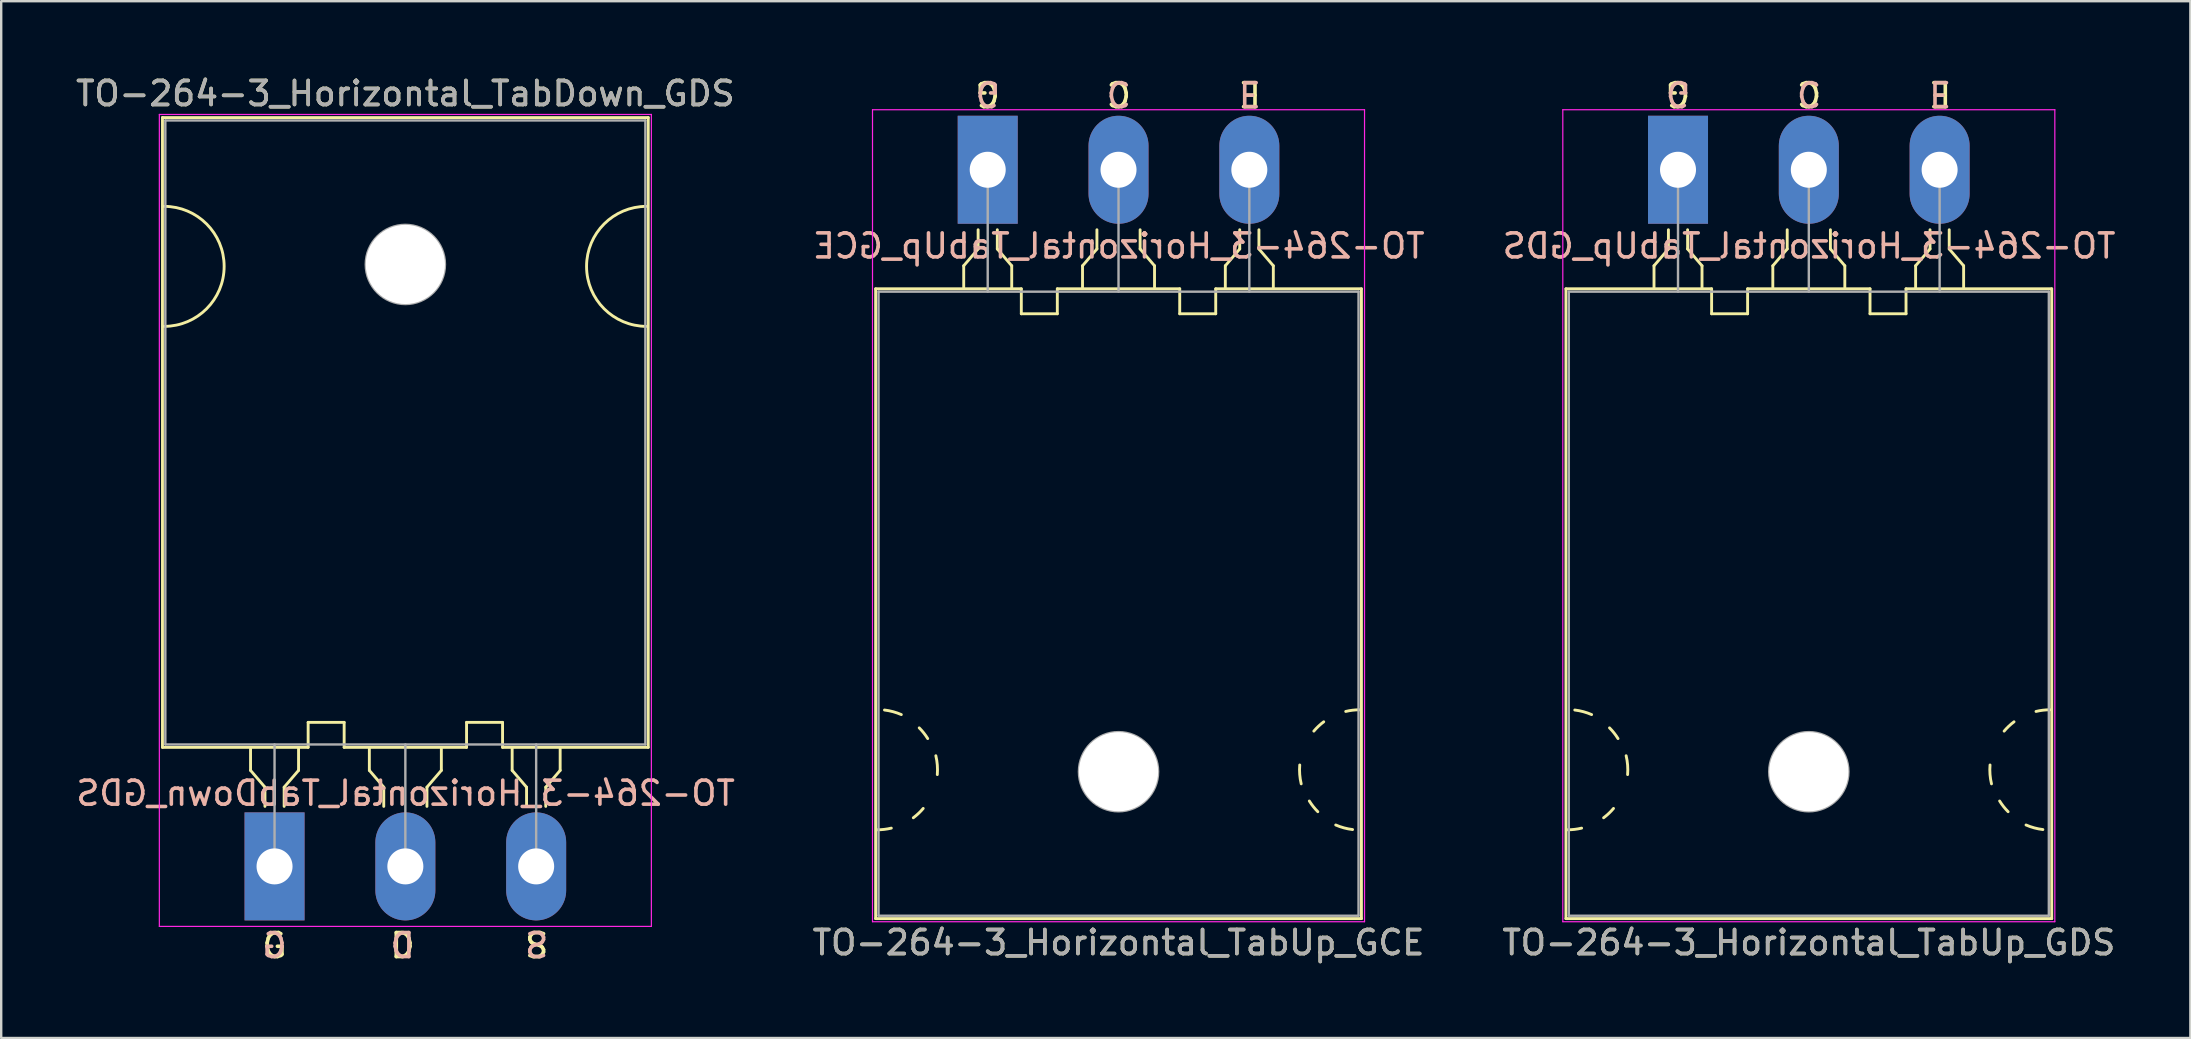
<source format=kicad_pcb>
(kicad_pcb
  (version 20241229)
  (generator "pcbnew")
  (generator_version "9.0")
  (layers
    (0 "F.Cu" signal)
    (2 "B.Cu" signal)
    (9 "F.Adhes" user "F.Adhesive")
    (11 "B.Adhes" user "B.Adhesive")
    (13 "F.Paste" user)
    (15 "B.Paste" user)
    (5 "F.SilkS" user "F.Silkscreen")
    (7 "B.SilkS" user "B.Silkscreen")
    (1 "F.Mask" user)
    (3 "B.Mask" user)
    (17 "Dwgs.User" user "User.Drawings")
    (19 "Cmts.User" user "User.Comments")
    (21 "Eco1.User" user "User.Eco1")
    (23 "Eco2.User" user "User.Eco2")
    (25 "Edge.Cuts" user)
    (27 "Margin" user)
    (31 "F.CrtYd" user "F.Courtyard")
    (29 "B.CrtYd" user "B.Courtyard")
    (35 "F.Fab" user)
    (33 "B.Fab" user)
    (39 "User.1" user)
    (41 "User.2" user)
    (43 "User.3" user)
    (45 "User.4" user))
  (footprint "TO-264-3_Horizontal_TabUp_GDS"
    (layer "F.Cu")
    (at 66.864 4.023)
    (property "Reference" "TO-264-3_Horizontal_TabUp_GDS" (at 5.45 32.2 0) (layer "F.SilkS") (effects (font (size 1 1) (thickness 0.15))))
    (fp_line (start -4.67 31.2) (end -4.67 4.96) (stroke (width 0.12) (type solid)) (layer "F.SilkS"))
    (fp_line (start -1 4) (end -1 4.9) (stroke (width 0.12) (type solid)) (layer "F.SilkS"))
    (fp_line (start -0.4 2.5) (end -0.4 3.3) (stroke (width 0.12) (type solid)) (layer "F.SilkS"))
    (fp_line (start -0.4 3.3) (end -1 4) (stroke (width 0.12) (type solid)) (layer "F.SilkS"))
    (fp_line (start 0.4 3.3) (end 0.4 2.5) (stroke (width 0.12) (type solid)) (layer "F.SilkS"))
    (fp_line (start 1 4) (end 0.4 3.3) (stroke (width 0.12) (type solid)) (layer "F.SilkS"))
    (fp_line (start 1 4.9) (end 1 4) (stroke (width 0.12) (type solid)) (layer "F.SilkS"))
    (fp_line (start 1.4 4.96) (end -4.67 4.96) (stroke (width 0.12) (type solid)) (layer "F.SilkS"))
    (fp_line (start 1.4 4.96) (end 1.4 6) (stroke (width 0.12) (type solid)) (layer "F.SilkS"))
    (fp_line (start 1.4 6) (end 2.9 6) (stroke (width 0.12) (type solid)) (layer "F.SilkS"))
    (fp_line (start 2.9 6) (end 2.9 4.96) (stroke (width 0.12) (type solid)) (layer "F.SilkS"))
    (fp_line (start 3.95 4) (end 3.95 4.9) (stroke (width 0.12) (type solid)) (layer "F.SilkS"))
    (fp_line (start 4.55 2.5) (end 4.55 3.3) (stroke (width 0.12) (type solid)) (layer "F.SilkS"))
    (fp_line (start 4.55 3.3) (end 3.95 4) (stroke (width 0.12) (type solid)) (layer "F.SilkS"))
    (fp_line (start 6.35 3.3) (end 6.35 2.5) (stroke (width 0.12) (type solid)) (layer "F.SilkS"))
    (fp_line (start 6.95 4) (end 6.35 3.3) (stroke (width 0.12) (type solid)) (layer "F.SilkS"))
    (fp_line (start 6.95 4.9) (end 6.95 4) (stroke (width 0.12) (type solid)) (layer "F.SilkS"))
    (fp_line (start 8 4.96) (end 2.9 4.96) (stroke (width 0.12) (type solid)) (layer "F.SilkS"))
    (fp_line (start 8 6) (end 8 4.96) (stroke (width 0.12) (type solid)) (layer "F.SilkS"))
    (fp_line (start 9.5 4.96) (end 9.5 6) (stroke (width 0.12) (type solid)) (layer "F.SilkS"))
    (fp_line (start 9.5 6) (end 8 6) (stroke (width 0.12) (type solid)) (layer "F.SilkS"))
    (fp_line (start 9.9 4) (end 9.9 4.9) (stroke (width 0.12) (type solid)) (layer "F.SilkS"))
    (fp_line (start 10.5 2.5) (end 10.5 3.3) (stroke (width 0.12) (type solid)) (layer "F.SilkS"))
    (fp_line (start 10.5 3.3) (end 9.9 4) (stroke (width 0.12) (type solid)) (layer "F.SilkS"))
    (fp_line (start 11.3 3.3) (end 11.3 2.5) (stroke (width 0.12) (type solid)) (layer "F.SilkS"))
    (fp_line (start 11.9 4) (end 11.3 3.3) (stroke (width 0.12) (type solid)) (layer "F.SilkS"))
    (fp_line (start 11.9 4.9) (end 11.9 4) (stroke (width 0.12) (type solid)) (layer "F.SilkS"))
    (fp_line (start 15.57 4.96) (end 9.5 4.96) (stroke (width 0.12) (type solid)) (layer "F.SilkS"))
    (fp_line (start 15.57 31.2) (end -4.67 31.2) (stroke (width 0.12) (type solid)) (layer "F.SilkS"))
    (fp_line (start 15.57 31.2) (end 15.57 4.96) (stroke (width 0.12) (type solid)) (layer "F.SilkS"))
    (fp_arc (start -4.301186 22.509879) (mid -3.943673 22.579416) (end -3.600001 22.700001) (stroke (width 0.12) (type solid)) (layer "F.SilkS"))
    (fp_arc (start -4.016568 27.430968) (mid -4.306249 27.482682) (end -4.6 27.5) (stroke (width 0.12) (type solid)) (layer "F.SilkS"))
    (fp_arc (start -2.853576 23.253576) (mid -2.663879 23.466564) (end -2.500001 23.700001) (stroke (width 0.12) (type solid)) (layer "F.SilkS"))
    (fp_arc (start -2.687722 26.610338) (mid -2.882773 26.8169) (end -3.1 26.999999) (stroke (width 0.12) (type solid)) (layer "F.SilkS"))
    (fp_arc (start -2.161266 24.414703) (mid -2.099611 24.804931) (end -2.100001 25.199999) (stroke (width 0.12) (type solid)) (layer "F.SilkS"))
    (fp_arc (start 13.061266 25.585297) (mid 12.999611 25.195069) (end 13.000001 24.800001) (stroke (width 0.12) (type solid)) (layer "F.SilkS"))
    (fp_arc (start 13.587722 23.389662) (mid 13.782773 23.1831) (end 14 23.000001) (stroke (width 0.12) (type solid)) (layer "F.SilkS"))
    (fp_arc (start 13.753576 26.746424) (mid 13.563879 26.533436) (end 13.400001 26.299999) (stroke (width 0.12) (type solid)) (layer "F.SilkS"))
    (fp_arc (start 14.916568 22.569032) (mid 15.206249 22.517318) (end 15.5 22.5) (stroke (width 0.12) (type solid)) (layer "F.SilkS"))
    (fp_arc (start 15.201186 27.490121) (mid 14.843673 27.420584) (end 14.500001 27.299999) (stroke (width 0.12) (type solid)) (layer "F.SilkS"))
    (fp_line (start -4.8 -2.5) (end -4.8 31.33) (stroke (width 0.05) (type solid)) (layer "F.CrtYd"))
    (fp_line (start -4.8 31.33) (end 15.7 31.33) (stroke (width 0.05) (type solid)) (layer "F.CrtYd"))
    (fp_line (start 15.7 -2.5) (end -4.8 -2.5) (stroke (width 0.05) (type solid)) (layer "F.CrtYd"))
    (fp_line (start 15.7 31.33) (end 15.7 -2.5) (stroke (width 0.05) (type solid)) (layer "F.CrtYd"))
    (fp_line (start -4.55 5.08) (end -4.55 31.08) (stroke (width 0.1) (type solid)) (layer "F.Fab"))
    (fp_line (start -4.55 31.08) (end 15.45 31.08) (stroke (width 0.1) (type solid)) (layer "F.Fab"))
    (fp_line (start 0 5.08) (end 0 0) (stroke (width 0.1) (type solid)) (layer "F.Fab"))
    (fp_line (start 5.45 5.08) (end 5.45 0) (stroke (width 0.1) (type solid)) (layer "F.Fab"))
    (fp_line (start 10.9 5.08) (end 10.9 0) (stroke (width 0.1) (type solid)) (layer "F.Fab"))
    (fp_line (start 15.45 5.08) (end -4.55 5.08) (stroke (width 0.1) (type solid)) (layer "F.Fab"))
    (fp_line (start 15.45 31.08) (end 15.45 5.08) (stroke (width 0.1) (type solid)) (layer "F.Fab"))
    (fp_circle (center 5.45 25.08) (end 7.1 25.08) (stroke (width 0.1) (type solid)) (fill no) (layer "F.Fab"))
    (fp_text user "C" (at 5.461 -3.175 180) (unlocked yes) (layer "F.SilkS") (effects (font (size 1 1) (thickness 0.15))))
    (fp_text user "G" (at 0 -3.175 180) (unlocked yes) (layer "F.SilkS") (effects (font (size 1 1) (thickness 0.15))))
    (fp_text user "E" (at 10.922 -3.175 180) (unlocked yes) (layer "F.SilkS") (effects (font (size 1 1) (thickness 0.15))))
    (fp_text user "G" (at 0 -3.175 180) (unlocked yes) (layer "B.SilkS") (effects (font (size 1 1) (thickness 0.15)) (justify mirror)))
    (fp_text user "${REFERENCE}" (at 5.461 3.175 0) (layer "B.SilkS") (effects (font (size 1 1) (thickness 0.15)) (justify mirror)))
    (fp_text user "E" (at 10.922 -3.175 180) (unlocked yes) (layer "B.SilkS") (effects (font (size 1 1) (thickness 0.15)) (justify mirror)))
    (fp_text user "C" (at 5.461 -3.175 180) (unlocked yes) (layer "B.SilkS") (effects (font (size 1 1) (thickness 0.15)) (justify mirror)))
    (fp_text user "${REFERENCE}" (at 5.45 32.2 0) (layer "F.Fab") (effects (font (size 1 1) (thickness 0.15))))
    (pad "" np_thru_hole oval (at 5.45 25.08) (size 3.3 3.3) (drill 3.3) (layers "*.Cu" "*.Mask"))
    (pad "1" thru_hole rect (at 0 0) (size 2.5 4.5) (drill 1.5) (layers "*.Cu" "*.Mask"))
    (pad "2" thru_hole oval (at 5.45 0) (size 2.5 4.5) (drill 1.5) (layers "*.Cu" "*.Mask"))
    (pad "3" thru_hole oval (at 10.9 0) (size 2.5 4.5) (drill 1.5) (layers "*.Cu" "*.Mask")))
  (footprint "TO-264-3_Horizontal_TabDown_GDS"
    (layer "F.Cu")
    (at 8.389 33.048)
    (property "Reference" "TO-264-3_Horizontal_TabDown_GDS" (at 5.45 -32.2 0) (layer "F.SilkS") (effects (font (size 1 1) (thickness 0.15))))
    (fp_line (start -4.67 -31.2) (end -4.67 -4.96) (stroke (width 0.12) (type solid)) (layer "F.SilkS"))
    (fp_line (start -4.67 -31.2) (end 15.57 -31.2) (stroke (width 0.12) (type solid)) (layer "F.SilkS"))
    (fp_line (start -4.67 -4.96) (end 1.4 -4.96) (stroke (width 0.12) (type solid)) (layer "F.SilkS"))
    (fp_line (start -1 -4.9) (end -1 -4) (stroke (width 0.12) (type solid)) (layer "F.SilkS"))
    (fp_line (start -1 -4) (end -0.4 -3.3) (stroke (width 0.12) (type solid)) (layer "F.SilkS"))
    (fp_line (start -0.4 -3.3) (end -0.4 -2.5) (stroke (width 0.12) (type solid)) (layer "F.SilkS"))
    (fp_line (start 0.4 -3.3) (end 1 -4) (stroke (width 0.12) (type solid)) (layer "F.SilkS"))
    (fp_line (start 0.4 -2.5) (end 0.4 -3.3) (stroke (width 0.12) (type solid)) (layer "F.SilkS"))
    (fp_line (start 1 -4) (end 1 -4.9) (stroke (width 0.12) (type solid)) (layer "F.SilkS"))
    (fp_line (start 1.4 -6) (end 2.9 -6) (stroke (width 0.12) (type solid)) (layer "F.SilkS"))
    (fp_line (start 1.4 -4.96) (end 1.4 -6) (stroke (width 0.12) (type solid)) (layer "F.SilkS"))
    (fp_line (start 2.9 -6) (end 2.9 -4.96) (stroke (width 0.12) (type solid)) (layer "F.SilkS"))
    (fp_line (start 2.9 -4.96) (end 8 -4.96) (stroke (width 0.12) (type solid)) (layer "F.SilkS"))
    (fp_line (start 3.95 -4.9) (end 3.95 -4) (stroke (width 0.12) (type solid)) (layer "F.SilkS"))
    (fp_line (start 3.95 -4) (end 4.55 -3.3) (stroke (width 0.12) (type solid)) (layer "F.SilkS"))
    (fp_line (start 4.55 -3.3) (end 4.55 -2.5) (stroke (width 0.12) (type solid)) (layer "F.SilkS"))
    (fp_line (start 6.35 -3.3) (end 6.95 -4) (stroke (width 0.12) (type solid)) (layer "F.SilkS"))
    (fp_line (start 6.35 -2.5) (end 6.35 -3.3) (stroke (width 0.12) (type solid)) (layer "F.SilkS"))
    (fp_line (start 6.95 -4) (end 6.95 -4.9) (stroke (width 0.12) (type solid)) (layer "F.SilkS"))
    (fp_line (start 8 -6) (end 8 -4.96) (stroke (width 0.12) (type solid)) (layer "F.SilkS"))
    (fp_line (start 9.5 -6) (end 8 -6) (stroke (width 0.12) (type solid)) (layer "F.SilkS"))
    (fp_line (start 9.5 -4.96) (end 9.5 -6) (stroke (width 0.12) (type solid)) (layer "F.SilkS"))
    (fp_line (start 9.5 -4.96) (end 15.57 -4.96) (stroke (width 0.12) (type solid)) (layer "F.SilkS"))
    (fp_line (start 9.9 -4.9) (end 9.9 -4) (stroke (width 0.12) (type solid)) (layer "F.SilkS"))
    (fp_line (start 9.9 -4) (end 10.5 -3.3) (stroke (width 0.12) (type solid)) (layer "F.SilkS"))
    (fp_line (start 10.5 -3.3) (end 10.5 -2.5) (stroke (width 0.12) (type solid)) (layer "F.SilkS"))
    (fp_line (start 11.3 -3.3) (end 11.9 -4) (stroke (width 0.12) (type solid)) (layer "F.SilkS"))
    (fp_line (start 11.3 -2.5) (end 11.3 -3.3) (stroke (width 0.12) (type solid)) (layer "F.SilkS"))
    (fp_line (start 11.9 -4) (end 11.9 -4.9) (stroke (width 0.12) (type solid)) (layer "F.SilkS"))
    (fp_line (start 15.57 -31.2) (end 15.57 -4.96) (stroke (width 0.12) (type solid)) (layer "F.SilkS"))
    (fp_arc (start -4.6 -27.5) (mid -2.1 -25) (end -4.6 -22.5) (stroke (width 0.12) (type solid)) (layer "F.SilkS"))
    (fp_arc (start 15.5 -22.5) (mid 13 -25) (end 15.5 -27.5) (stroke (width 0.12) (type solid)) (layer "F.SilkS"))
    (fp_line (start -4.8 -31.33) (end -4.8 2.5) (stroke (width 0.05) (type solid)) (layer "F.CrtYd"))
    (fp_line (start -4.8 2.5) (end 15.7 2.5) (stroke (width 0.05) (type solid)) (layer "F.CrtYd"))
    (fp_line (start 15.7 -31.33) (end -4.8 -31.33) (stroke (width 0.05) (type solid)) (layer "F.CrtYd"))
    (fp_line (start 15.7 2.5) (end 15.7 -31.33) (stroke (width 0.05) (type solid)) (layer "F.CrtYd"))
    (fp_line (start -4.55 -31.08) (end 15.45 -31.08) (stroke (width 0.1) (type solid)) (layer "F.Fab"))
    (fp_line (start -4.55 -5.08) (end -4.55 -31.08) (stroke (width 0.1) (type solid)) (layer "F.Fab"))
    (fp_line (start 0 -5.08) (end 0 0) (stroke (width 0.1) (type solid)) (layer "F.Fab"))
    (fp_line (start 5.45 -5.08) (end 5.45 0) (stroke (width 0.1) (type solid)) (layer "F.Fab"))
    (fp_line (start 10.9 -5.08) (end 10.9 0) (stroke (width 0.1) (type solid)) (layer "F.Fab"))
    (fp_line (start 15.45 -31.08) (end 15.45 -5.08) (stroke (width 0.1) (type solid)) (layer "F.Fab"))
    (fp_line (start 15.45 -5.08) (end -4.55 -5.08) (stroke (width 0.1) (type solid)) (layer "F.Fab"))
    (fp_circle (center 5.45 -25.08) (end 7.1 -25.08) (stroke (width 0.1) (type solid)) (fill no) (layer "F.Fab"))
    (fp_text user "S" (at 10.922 3.302 0) (unlocked yes) (layer "F.SilkS") (effects (font (size 1 1) (thickness 0.15))))
    (fp_text user "D" (at 5.334 3.302 0) (unlocked yes) (layer "F.SilkS") (effects (font (size 1 1) (thickness 0.15))))
    (fp_text user "G" (at 0 3.302 0) (unlocked yes) (layer "F.SilkS") (effects (font (size 1 1) (thickness 0.15))))
    (fp_text user "${REFERENCE}" (at 5.461 -3.048 0) (layer "B.SilkS") (effects (font (size 1 1) (thickness 0.15)) (justify mirror)))
    (fp_text user "D" (at 5.334 3.302 0) (unlocked yes) (layer "B.SilkS") (effects (font (size 1 1) (thickness 0.15)) (justify mirror)))
    (fp_text user "S" (at 10.922 3.302 0) (unlocked yes) (layer "B.SilkS") (effects (font (size 1 1) (thickness 0.15)) (justify mirror)))
    (fp_text user "G" (at 0 3.302 0) (unlocked yes) (layer "B.SilkS") (effects (font (size 1 1) (thickness 0.15)) (justify mirror)))
    (fp_text user "${REFERENCE}" (at 5.45 -32.2 0) (layer "F.Fab") (effects (font (size 1 1) (thickness 0.15))))
    (pad "" np_thru_hole oval (at 5.45 -25.08) (size 3.3 3.3) (drill 3.3) (layers "*.Cu" "*.Mask"))
    (pad "1" thru_hole rect (at 0 0) (size 2.5 4.5) (drill 1.5) (layers "*.Cu" "*.Mask"))
    (pad "2" thru_hole oval (at 5.45 0) (size 2.5 4.5) (drill 1.5) (layers "*.Cu" "*.Mask"))
    (pad "3" thru_hole oval (at 10.9 0) (size 2.5 4.5) (drill 1.5) (layers "*.Cu" "*.Mask")))
  (footprint "TO-264-3_Horizontal_TabUp_GCE"
    (layer "F.Cu")
    (at 38.103 4.023)
    (property "Reference" "TO-264-3_Horizontal_TabUp_GCE" (at 5.45 32.2 0) (layer "F.SilkS") (effects (font (size 1 1) (thickness 0.15))))
    (fp_line (start -4.67 31.2) (end -4.67 4.96) (stroke (width 0.12) (type solid)) (layer "F.SilkS"))
    (fp_line (start -1 4) (end -1 4.9) (stroke (width 0.12) (type solid)) (layer "F.SilkS"))
    (fp_line (start -0.4 2.5) (end -0.4 3.3) (stroke (width 0.12) (type solid)) (layer "F.SilkS"))
    (fp_line (start -0.4 3.3) (end -1 4) (stroke (width 0.12) (type solid)) (layer "F.SilkS"))
    (fp_line (start 0.4 3.3) (end 0.4 2.5) (stroke (width 0.12) (type solid)) (layer "F.SilkS"))
    (fp_line (start 1 4) (end 0.4 3.3) (stroke (width 0.12) (type solid)) (layer "F.SilkS"))
    (fp_line (start 1 4.9) (end 1 4) (stroke (width 0.12) (type solid)) (layer "F.SilkS"))
    (fp_line (start 1.4 4.96) (end -4.67 4.96) (stroke (width 0.12) (type solid)) (layer "F.SilkS"))
    (fp_line (start 1.4 4.96) (end 1.4 6) (stroke (width 0.12) (type solid)) (layer "F.SilkS"))
    (fp_line (start 1.4 6) (end 2.9 6) (stroke (width 0.12) (type solid)) (layer "F.SilkS"))
    (fp_line (start 2.9 6) (end 2.9 4.96) (stroke (width 0.12) (type solid)) (layer "F.SilkS"))
    (fp_line (start 3.95 4) (end 3.95 4.9) (stroke (width 0.12) (type solid)) (layer "F.SilkS"))
    (fp_line (start 4.55 2.5) (end 4.55 3.3) (stroke (width 0.12) (type solid)) (layer "F.SilkS"))
    (fp_line (start 4.55 3.3) (end 3.95 4) (stroke (width 0.12) (type solid)) (layer "F.SilkS"))
    (fp_line (start 6.35 3.3) (end 6.35 2.5) (stroke (width 0.12) (type solid)) (layer "F.SilkS"))
    (fp_line (start 6.95 4) (end 6.35 3.3) (stroke (width 0.12) (type solid)) (layer "F.SilkS"))
    (fp_line (start 6.95 4.9) (end 6.95 4) (stroke (width 0.12) (type solid)) (layer "F.SilkS"))
    (fp_line (start 8 4.96) (end 2.9 4.96) (stroke (width 0.12) (type solid)) (layer "F.SilkS"))
    (fp_line (start 8 6) (end 8 4.96) (stroke (width 0.12) (type solid)) (layer "F.SilkS"))
    (fp_line (start 9.5 4.96) (end 9.5 6) (stroke (width 0.12) (type solid)) (layer "F.SilkS"))
    (fp_line (start 9.5 6) (end 8 6) (stroke (width 0.12) (type solid)) (layer "F.SilkS"))
    (fp_line (start 9.9 4) (end 9.9 4.9) (stroke (width 0.12) (type solid)) (layer "F.SilkS"))
    (fp_line (start 10.5 2.5) (end 10.5 3.3) (stroke (width 0.12) (type solid)) (layer "F.SilkS"))
    (fp_line (start 10.5 3.3) (end 9.9 4) (stroke (width 0.12) (type solid)) (layer "F.SilkS"))
    (fp_line (start 11.3 3.3) (end 11.3 2.5) (stroke (width 0.12) (type solid)) (layer "F.SilkS"))
    (fp_line (start 11.9 4) (end 11.3 3.3) (stroke (width 0.12) (type solid)) (layer "F.SilkS"))
    (fp_line (start 11.9 4.9) (end 11.9 4) (stroke (width 0.12) (type solid)) (layer "F.SilkS"))
    (fp_line (start 15.57 4.96) (end 9.5 4.96) (stroke (width 0.12) (type solid)) (layer "F.SilkS"))
    (fp_line (start 15.57 31.2) (end -4.67 31.2) (stroke (width 0.12) (type solid)) (layer "F.SilkS"))
    (fp_line (start 15.57 31.2) (end 15.57 4.96) (stroke (width 0.12) (type solid)) (layer "F.SilkS"))
    (fp_arc (start -4.301186 22.509879) (mid -3.943673 22.579416) (end -3.600001 22.700001) (stroke (width 0.12) (type solid)) (layer "F.SilkS"))
    (fp_arc (start -4.016568 27.430968) (mid -4.306249 27.482682) (end -4.6 27.5) (stroke (width 0.12) (type solid)) (layer "F.SilkS"))
    (fp_arc (start -2.853576 23.253576) (mid -2.663879 23.466564) (end -2.500001 23.700001) (stroke (width 0.12) (type solid)) (layer "F.SilkS"))
    (fp_arc (start -2.687722 26.610338) (mid -2.882773 26.8169) (end -3.1 26.999999) (stroke (width 0.12) (type solid)) (layer "F.SilkS"))
    (fp_arc (start -2.161266 24.414703) (mid -2.099611 24.804931) (end -2.100001 25.199999) (stroke (width 0.12) (type solid)) (layer "F.SilkS"))
    (fp_arc (start 13.061266 25.585297) (mid 12.999611 25.195069) (end 13.000001 24.800001) (stroke (width 0.12) (type solid)) (layer "F.SilkS"))
    (fp_arc (start 13.587722 23.389662) (mid 13.782773 23.1831) (end 14 23.000001) (stroke (width 0.12) (type solid)) (layer "F.SilkS"))
    (fp_arc (start 13.753576 26.746424) (mid 13.563879 26.533436) (end 13.400001 26.299999) (stroke (width 0.12) (type solid)) (layer "F.SilkS"))
    (fp_arc (start 14.916568 22.569032) (mid 15.206249 22.517318) (end 15.5 22.5) (stroke (width 0.12) (type solid)) (layer "F.SilkS"))
    (fp_arc (start 15.201186 27.490121) (mid 14.843673 27.420584) (end 14.500001 27.299999) (stroke (width 0.12) (type solid)) (layer "F.SilkS"))
    (fp_line (start -4.8 -2.5) (end -4.8 31.33) (stroke (width 0.05) (type solid)) (layer "F.CrtYd"))
    (fp_line (start -4.8 31.33) (end 15.7 31.33) (stroke (width 0.05) (type solid)) (layer "F.CrtYd"))
    (fp_line (start 15.7 -2.5) (end -4.8 -2.5) (stroke (width 0.05) (type solid)) (layer "F.CrtYd"))
    (fp_line (start 15.7 31.33) (end 15.7 -2.5) (stroke (width 0.05) (type solid)) (layer "F.CrtYd"))
    (fp_line (start -4.55 5.08) (end -4.55 31.08) (stroke (width 0.1) (type solid)) (layer "F.Fab"))
    (fp_line (start -4.55 31.08) (end 15.45 31.08) (stroke (width 0.1) (type solid)) (layer "F.Fab"))
    (fp_line (start 0 5.08) (end 0 0) (stroke (width 0.1) (type solid)) (layer "F.Fab"))
    (fp_line (start 5.45 5.08) (end 5.45 0) (stroke (width 0.1) (type solid)) (layer "F.Fab"))
    (fp_line (start 10.9 5.08) (end 10.9 0) (stroke (width 0.1) (type solid)) (layer "F.Fab"))
    (fp_line (start 15.45 5.08) (end -4.55 5.08) (stroke (width 0.1) (type solid)) (layer "F.Fab"))
    (fp_line (start 15.45 31.08) (end 15.45 5.08) (stroke (width 0.1) (type solid)) (layer "F.Fab"))
    (fp_circle (center 5.45 25.08) (end 7.1 25.08) (stroke (width 0.1) (type solid)) (fill no) (layer "F.Fab"))
    (fp_text user "C" (at 5.461 -3.175 180) (unlocked yes) (layer "F.SilkS") (effects (font (size 1 1) (thickness 0.15))))
    (fp_text user "G" (at 0 -3.175 180) (unlocked yes) (layer "F.SilkS") (effects (font (size 1 1) (thickness 0.15))))
    (fp_text user "E" (at 10.922 -3.175 180) (unlocked yes) (layer "F.SilkS") (effects (font (size 1 1) (thickness 0.15))))
    (fp_text user "E" (at 10.922 -3.175 180) (unlocked yes) (layer "B.SilkS") (effects (font (size 1 1) (thickness 0.15)) (justify mirror)))
    (fp_text user "G" (at 0 -3.175 180) (unlocked yes) (layer "B.SilkS") (effects (font (size 1 1) (thickness 0.15)) (justify mirror)))
    (fp_text user "C" (at 5.461 -3.175 180) (unlocked yes) (layer "B.SilkS") (effects (font (size 1 1) (thickness 0.15)) (justify mirror)))
    (fp_text user "${REFERENCE}" (at 5.461 3.175 0) (layer "B.SilkS") (effects (font (size 1 1) (thickness 0.15)) (justify mirror)))
    (fp_text user "${REFERENCE}" (at 5.45 32.2 0) (layer "F.Fab") (effects (font (size 1 1) (thickness 0.15))))
    (pad "" np_thru_hole oval (at 5.45 25.08) (size 3.3 3.3) (drill 3.3) (layers "*.Cu" "*.Mask"))
    (pad "1" thru_hole rect (at 0 0) (size 2.5 4.5) (drill 1.5) (layers "*.Cu" "*.Mask"))
    (pad "2" thru_hole oval (at 5.45 0) (size 2.5 4.5) (drill 1.5) (layers "*.Cu" "*.Mask"))
    (pad "3" thru_hole oval (at 10.9 0) (size 2.5 4.5) (drill 1.5) (layers "*.Cu" "*.Mask")))
  (gr_rect
    (start -3 -3)
    (end 88.212 40.199)
    (stroke (width 0.1) (type default))
    (fill no)
    (layer "Edge.Cuts")))
</source>
